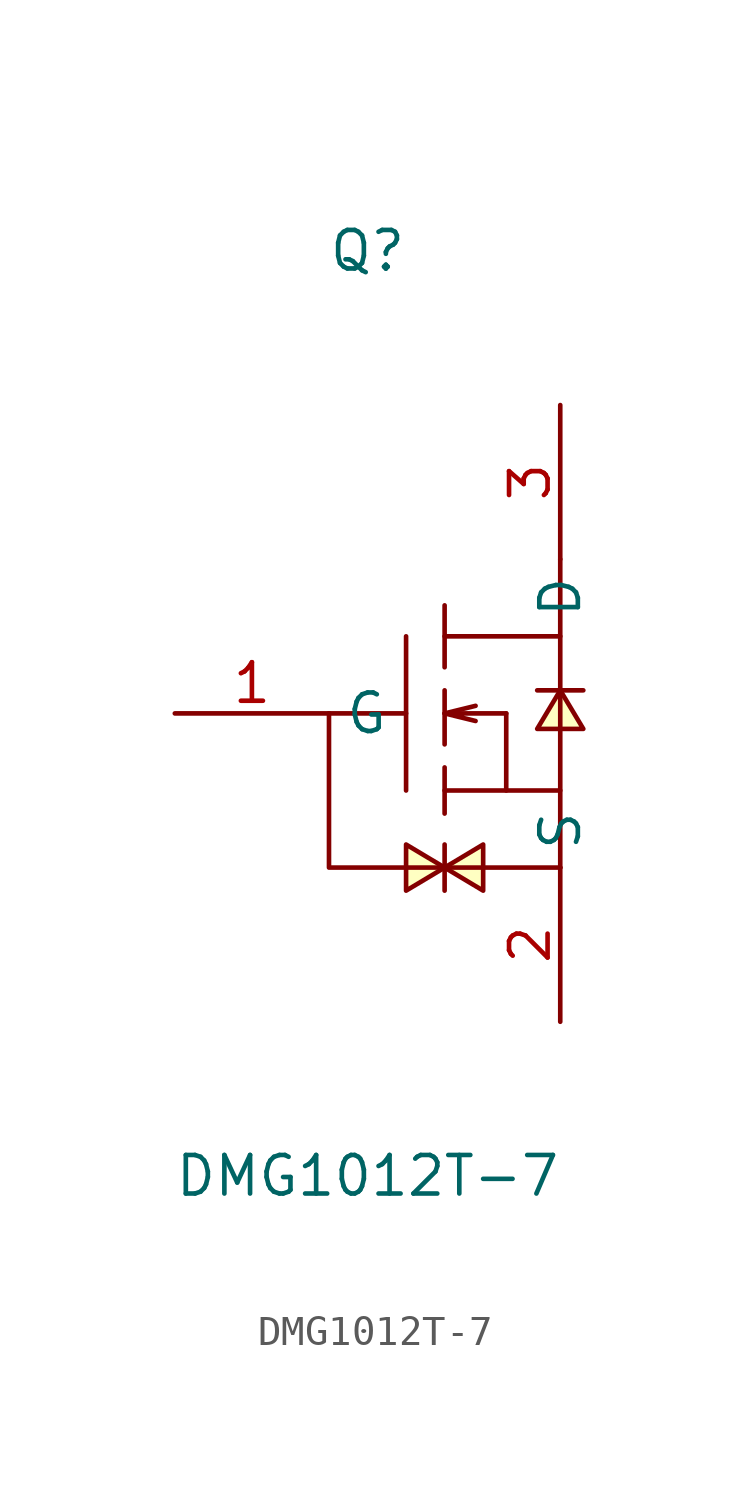
<source format=kicad_sym>
(kicad_symbol_lib
  (version 20211014)
  (generator https://github.com/uPesy/easyeda2kicad.py)
  (symbol "DMG1012T-7"
    (property "Reference" "Q"
      (at 0 15.24 0)
      (effects (font (size 1.27 1.27))))
    (property "Value" "DMG1012T-7"
      (at 0 -15.24 0)
      (effects (font (size 1.27 1.27))))
    (symbol "DMG1012T-7_0_1"
      (polyline (pts (xy 1.27 2.54) (xy 1.27 -2.54)) (stroke (width 0) (type default) (color 0 0 0 0)) (fill (type none)))
      (polyline (pts (xy 2.54 3.56) (xy 2.54 1.52)) (stroke (width 0) (type default) (color 0 0 0 0)) (fill (type none)))
      (polyline (pts (xy 2.54 0.76) (xy 2.54 -1.02)) (stroke (width 0) (type default) (color 0 0 0 0)) (fill (type none)))
      (polyline (pts (xy 2.54 -1.78) (xy 2.54 -3.30)) (stroke (width 0) (type default) (color 0 0 0 0)) (fill (type none)))
      (polyline (pts (xy 2.54 2.54) (xy 6.35 2.54)) (stroke (width 0) (type default) (color 0 0 0 0)) (fill (type none)))
      (polyline (pts (xy 6.35 5.08) (xy 6.35 -5.08)) (stroke (width 0) (type default) (color 0 0 0 0)) (fill (type none)))
      (polyline (pts (xy 2.54 -2.54) (xy 6.35 -2.54)) (stroke (width 0) (type default) (color 0 0 0 0)) (fill (type none)))
      (polyline (pts (xy 4.57 -0.00) (xy 4.57 -2.54)) (stroke (width 0) (type default) (color 0 0 0 0)) (fill (type none)))
      (polyline (pts (xy 1.27 -0.00) (xy -1.27 -0.00)) (stroke (width 0) (type default) (color 0 0 0 0)) (fill (type none)))
      (polyline (pts (xy 4.57 -0.00) (xy 2.54 -0.00) (xy 3.56 -0.25)) (stroke (width 0) (type default) (color 0 0 0 0)) (fill (type none)))
      (polyline (pts (xy 2.54 -0.00) (xy 3.56 0.25)) (stroke (width 0) (type default) (color 0 0 0 0)) (fill (type none)))
      (polyline (pts (xy 7.11 -0.51) (xy 5.59 -0.51) (xy 6.35 0.76) (xy 7.11 -0.51)) (stroke (width 0) (type default) (color 0 0 0 0)) (fill (type background)))
      (polyline (pts (xy 7.11 0.76) (xy 5.59 0.76)) (stroke (width 0) (type default) (color 0 0 0 0)) (fill (type none)))
      (polyline (pts (xy -1.27 -0.00) (xy -1.27 -5.08) (xy 6.35 -5.08)) (stroke (width 0) (type default) (color 0 0 0 0)) (fill (type none)))
      (polyline (pts (xy 3.81 -4.32) (xy 3.81 -5.84) (xy 2.54 -5.08) (xy 3.81 -4.32)) (stroke (width 0) (type default) (color 0 0 0 0)) (fill (type background)))
      (polyline (pts (xy 2.54 -4.32) (xy 2.54 -5.84)) (stroke (width 0) (type default) (color 0 0 0 0)) (fill (type none)))
      (polyline (pts (xy 1.27 -5.84) (xy 1.27 -4.32) (xy 2.54 -5.08) (xy 1.27 -5.84)) (stroke (width 0) (type default) (color 0 0 0 0)) (fill (type background)))
      (pin unspecified line (at -6.35 -0.00 0) (length 5.08) (name "G" (effects (font (size 1.27 1.27)))) (number "1" (effects (font (size 1.27 1.27)))))
      (pin unspecified line (at 6.35 -10.16 90) (length 5.08) (name "S" (effects (font (size 1.27 1.27)))) (number "2" (effects (font (size 1.27 1.27)))))
      (pin unspecified line (at 6.35 10.16 270) (length 5.08) (name "D" (effects (font (size 1.27 1.27)))) (number "3" (effects (font (size 1.27 1.27))))))))
</source>
